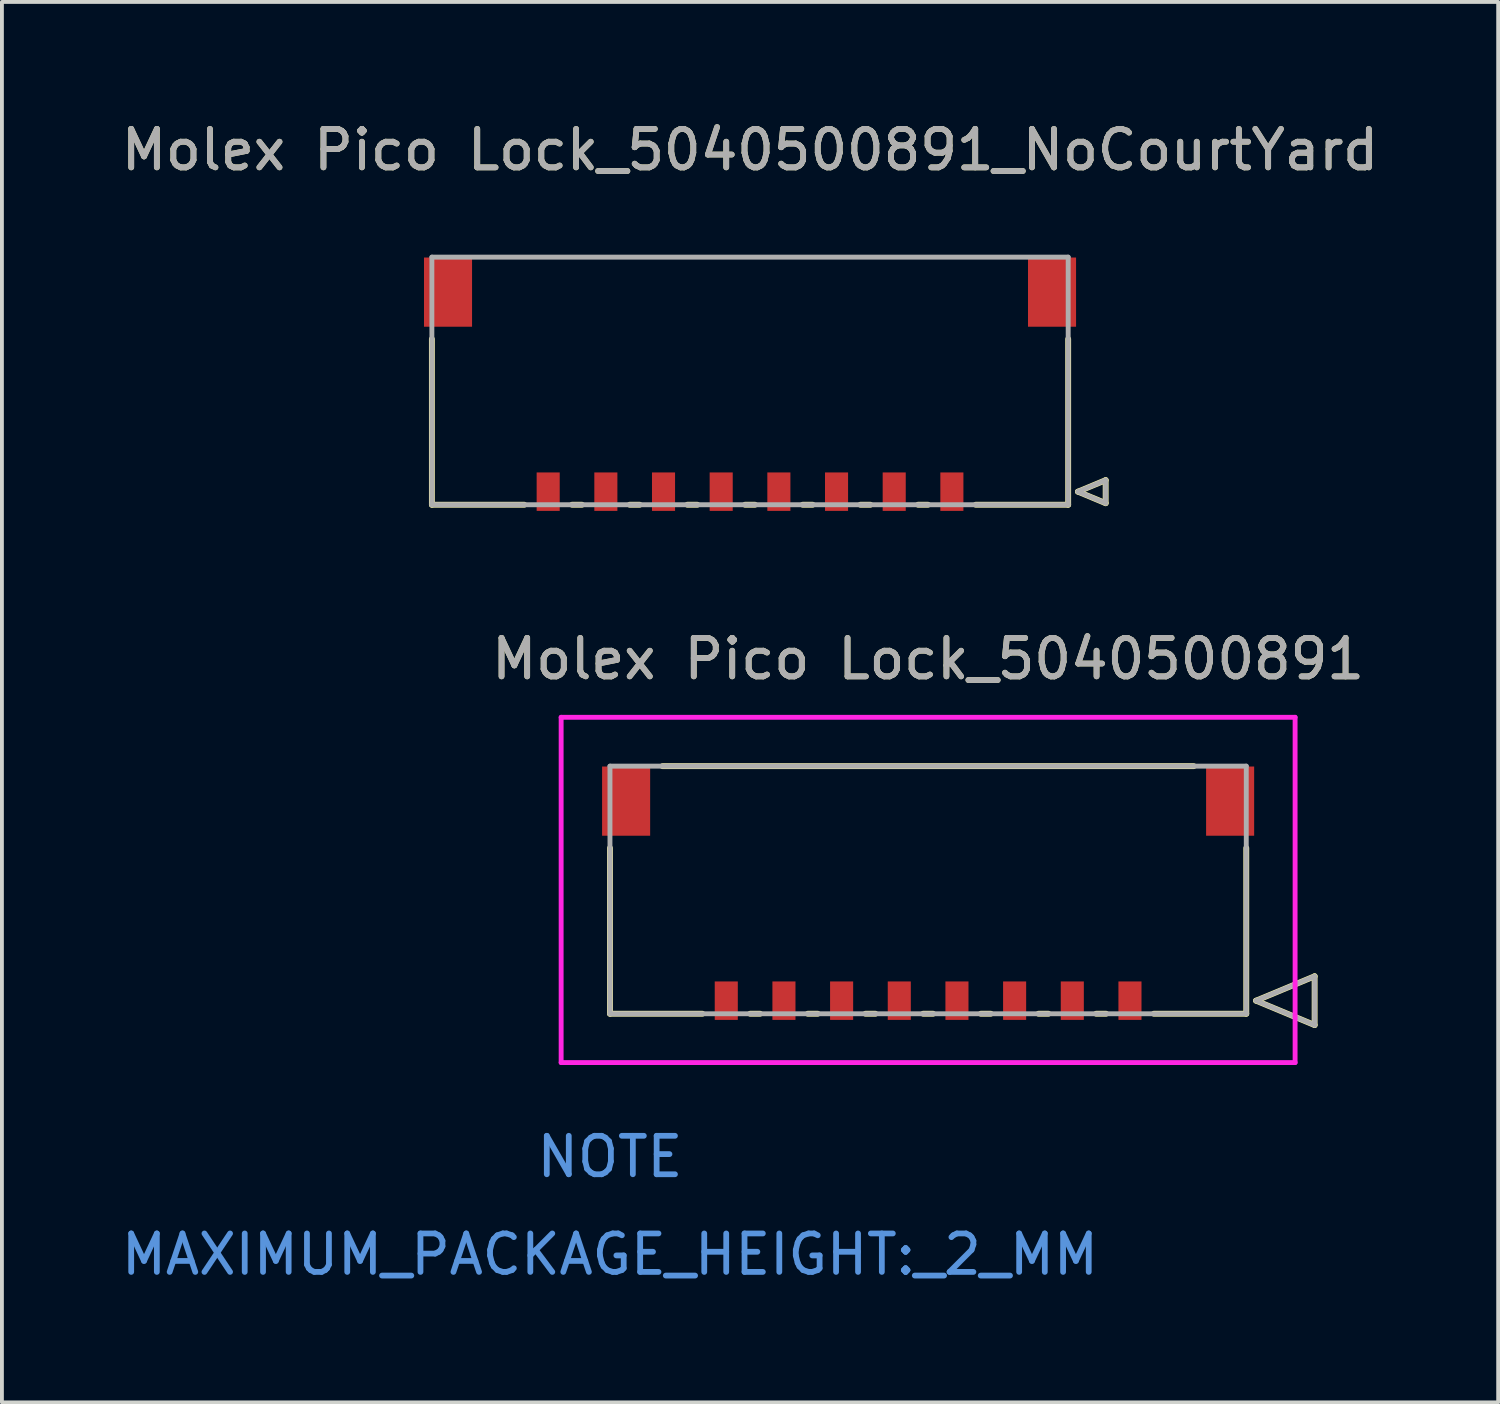
<source format=kicad_pcb>
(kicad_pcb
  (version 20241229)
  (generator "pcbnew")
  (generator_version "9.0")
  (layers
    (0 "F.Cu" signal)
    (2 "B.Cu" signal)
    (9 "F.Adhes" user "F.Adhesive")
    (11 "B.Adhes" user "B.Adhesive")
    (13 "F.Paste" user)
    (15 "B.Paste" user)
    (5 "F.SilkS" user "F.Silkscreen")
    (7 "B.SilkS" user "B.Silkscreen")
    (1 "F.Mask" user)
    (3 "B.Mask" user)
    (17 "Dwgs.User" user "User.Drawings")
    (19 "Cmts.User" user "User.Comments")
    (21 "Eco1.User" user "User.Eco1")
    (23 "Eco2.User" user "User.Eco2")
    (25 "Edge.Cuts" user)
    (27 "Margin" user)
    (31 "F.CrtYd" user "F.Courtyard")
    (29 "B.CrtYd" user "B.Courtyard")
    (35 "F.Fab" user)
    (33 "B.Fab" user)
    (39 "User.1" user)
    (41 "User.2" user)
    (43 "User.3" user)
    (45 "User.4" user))
  (footprint "Molex Pico Lock_5040500891"
    (layer "F.Cu")
    (at 26.34 22.977)
    (property "Reference" "Molex Pico Lock_5040500891" (at -5.25 -8.89 0) (unlocked yes) (layer "F.SilkS") (effects (font (size 1 1) (thickness 0.15))))
    (attr smd)
    (fp_line (start -13.525 -3.97) (end -13.525 0.34) (stroke (width 0.152) (type solid)) (layer "F.SilkS"))
    (fp_line (start -13.525 0.34) (end -11.12 0.34) (stroke (width 0.152) (type solid)) (layer "F.SilkS"))
    (fp_line (start -9.88 0.34) (end -9.62 0.34) (stroke (width 0.152) (type solid)) (layer "F.SilkS"))
    (fp_line (start -8.38 0.34) (end -8.12 0.34) (stroke (width 0.152) (type solid)) (layer "F.SilkS"))
    (fp_line (start -6.88 0.34) (end -6.62 0.34) (stroke (width 0.152) (type solid)) (layer "F.SilkS"))
    (fp_line (start -5.38 0.34) (end -5.12 0.34) (stroke (width 0.152) (type solid)) (layer "F.SilkS"))
    (fp_line (start -3.88 0.34) (end -3.62 0.34) (stroke (width 0.152) (type solid)) (layer "F.SilkS"))
    (fp_line (start -2.38 0.34) (end -2.12 0.34) (stroke (width 0.152) (type solid)) (layer "F.SilkS"))
    (fp_line (start -0.88 0.34) (end -0.62 0.34) (stroke (width 0.152) (type solid)) (layer "F.SilkS"))
    (fp_line (start 0.62 0.34) (end 3.025 0.34) (stroke (width 0.152) (type solid)) (layer "F.SilkS"))
    (fp_line (start 1.66 -6.1) (end -12.16 -6.1) (stroke (width 0.152) (type solid)) (layer "F.SilkS"))
    (fp_line (start 3.025 0.34) (end 3.025 -3.97) (stroke (width 0.152) (type solid)) (layer "F.SilkS"))
    (fp_line (start 3.279 0) (end 4.803 -0.635) (stroke (width 0.152) (type solid)) (layer "F.SilkS"))
    (fp_line (start 4.803 -0.635) (end 4.803 0.635) (stroke (width 0.152) (type solid)) (layer "F.SilkS"))
    (fp_line (start 4.803 0.635) (end 3.279 0) (stroke (width 0.152) (type solid)) (layer "F.SilkS"))
    (fp_line (start -14.795 -7.37) (end -14.795 1.61) (stroke (width 0.127) (type solid)) (layer "F.CrtYd"))
    (fp_line (start -14.795 1.61) (end 4.295 1.61) (stroke (width 0.127) (type solid)) (layer "F.CrtYd"))
    (fp_line (start 4.295 -7.37) (end -14.795 -7.37) (stroke (width 0.127) (type solid)) (layer "F.CrtYd"))
    (fp_line (start 4.295 1.61) (end 4.295 -7.37) (stroke (width 0.127) (type solid)) (layer "F.CrtYd"))
    (fp_line (start -13.525 -6.1) (end -13.525 0.34) (stroke (width 0.127) (type solid)) (layer "F.Fab"))
    (fp_line (start -13.525 0.34) (end 3.025 0.34) (stroke (width 0.127) (type solid)) (layer "F.Fab"))
    (fp_line (start 3.025 -6.1) (end -13.525 -6.1) (stroke (width 0.127) (type solid)) (layer "F.Fab"))
    (fp_line (start 3.025 0.34) (end 3.025 -6.1) (stroke (width 0.127) (type solid)) (layer "F.Fab"))
    (fp_line (start 3.279 0) (end 4.803 -0.635) (stroke (width 0.127) (type solid)) (layer "F.Fab"))
    (fp_line (start 4.803 -0.635) (end 4.803 0.635) (stroke (width 0.127) (type solid)) (layer "F.Fab"))
    (fp_line (start 4.803 0.635) (end 3.279 0) (stroke (width 0.127) (type solid)) (layer "F.Fab"))
    (fp_text user "NOTE" (at -13.525 4.06 0) (unlocked yes) (layer "Cmts.User") (effects (font (size 1 1) (thickness 0.15))))
    (fp_text user "MAXIMUM_PACKAGE_HEIGHT:_2_MM" (at -13.525 6.6 0) (unlocked yes) (layer "Cmts.User") (effects (font (size 1 1) (thickness 0.15))))
    (fp_text user "${REFERENCE}" (at -5.25 -8.89 0) (unlocked yes) (layer "F.Fab") (effects (font (size 1 1) (thickness 0.15))))
    (pad "1" smd rect (at 0 0) (size 0.6 1) (layers "F.Cu" "F.Mask" "F.Paste"))
    (pad "2" smd rect (at -1.5 0) (size 0.6 1) (layers "F.Cu" "F.Mask" "F.Paste"))
    (pad "3" smd rect (at -3 0) (size 0.6 1) (layers "F.Cu" "F.Mask" "F.Paste"))
    (pad "4" smd rect (at -4.5 0) (size 0.6 1) (layers "F.Cu" "F.Mask" "F.Paste"))
    (pad "5" smd rect (at -6 0) (size 0.6 1) (layers "F.Cu" "F.Mask" "F.Paste"))
    (pad "6" smd rect (at -7.5 0) (size 0.6 1) (layers "F.Cu" "F.Mask" "F.Paste"))
    (pad "7" smd rect (at -9 0) (size 0.6 1) (layers "F.Cu" "F.Mask" "F.Paste"))
    (pad "8" smd rect (at -10.5 0) (size 0.6 1) (layers "F.Cu" "F.Mask" "F.Paste"))
    (pad "9" smd rect (at 2.605 -5.19) (size 1.25 1.8) (layers "F.Cu" "F.Mask" "F.Paste"))
    (pad "10" smd rect (at -13.105 -5.19) (size 1.25 1.8) (layers "F.Cu" "F.Mask" "F.Paste")))
  (footprint "Molex Pico Lock_5040500891_NoCourtYard"
    (layer "F.Cu")
    (at 21.708 9.738)
    (property "Reference" "Molex Pico Lock_5040500891_NoCourtYard" (at -5.25 -8.89 0) (unlocked yes) (layer "F.SilkS") (effects (font (size 1 1) (thickness 0.15))))
    (attr smd)
    (fp_line (start -13.525 -3.97) (end -13.525 0.34) (stroke (width 0.152) (type solid)) (layer "F.SilkS"))
    (fp_line (start -13.525 0.34) (end -11.12 0.34) (stroke (width 0.152) (type solid)) (layer "F.SilkS"))
    (fp_line (start -9.88 0.34) (end -9.62 0.34) (stroke (width 0.152) (type solid)) (layer "F.SilkS"))
    (fp_line (start -8.38 0.34) (end -8.12 0.34) (stroke (width 0.152) (type solid)) (layer "F.SilkS"))
    (fp_line (start -6.88 0.34) (end -6.62 0.34) (stroke (width 0.152) (type solid)) (layer "F.SilkS"))
    (fp_line (start -5.38 0.34) (end -5.12 0.34) (stroke (width 0.152) (type solid)) (layer "F.SilkS"))
    (fp_line (start -3.88 0.34) (end -3.62 0.34) (stroke (width 0.152) (type solid)) (layer "F.SilkS"))
    (fp_line (start -2.38 0.34) (end -2.12 0.34) (stroke (width 0.152) (type solid)) (layer "F.SilkS"))
    (fp_line (start -0.88 0.34) (end -0.62 0.34) (stroke (width 0.152) (type solid)) (layer "F.SilkS"))
    (fp_line (start 0.62 0.34) (end 3.025 0.34) (stroke (width 0.152) (type solid)) (layer "F.SilkS"))
    (fp_line (start 3.025 0.34) (end 3.025 -3.97) (stroke (width 0.152) (type solid)) (layer "F.SilkS"))
    (fp_line (start 3.279 0) (end 4 -0.3) (stroke (width 0.152) (type solid)) (layer "F.SilkS"))
    (fp_line (start 4 -0.3) (end 4 0.3) (stroke (width 0.152) (type solid)) (layer "F.SilkS"))
    (fp_line (start 4 0.3) (end 3.279 0) (stroke (width 0.152) (type solid)) (layer "F.SilkS"))
    (fp_line (start -13.525 -6.1) (end -13.525 0.34) (stroke (width 0.127) (type solid)) (layer "F.Fab"))
    (fp_line (start -13.525 0.34) (end 3.025 0.34) (stroke (width 0.127) (type solid)) (layer "F.Fab"))
    (fp_line (start 3.025 -6.1) (end -13.525 -6.1) (stroke (width 0.127) (type solid)) (layer "F.Fab"))
    (fp_line (start 3.025 0.34) (end 3.025 -6.1) (stroke (width 0.127) (type solid)) (layer "F.Fab"))
    (fp_line (start 3.279 0) (end 4 -0.3) (stroke (width 0.127) (type solid)) (layer "F.Fab"))
    (fp_line (start 4 -0.3) (end 4 0.3) (stroke (width 0.127) (type solid)) (layer "F.Fab"))
    (fp_line (start 4 0.3) (end 3.279 0) (stroke (width 0.127) (type solid)) (layer "F.Fab"))
    (fp_text user "${REFERENCE}" (at -5.25 -8.89 0) (unlocked yes) (layer "F.Fab") (effects (font (size 1 1) (thickness 0.15))))
    (pad "1" smd rect (at 0 0) (size 0.6 1) (layers "F.Cu" "F.Mask" "F.Paste"))
    (pad "2" smd rect (at -1.5 0) (size 0.6 1) (layers "F.Cu" "F.Mask" "F.Paste"))
    (pad "3" smd rect (at -3 0) (size 0.6 1) (layers "F.Cu" "F.Mask" "F.Paste"))
    (pad "4" smd rect (at -4.5 0) (size 0.6 1) (layers "F.Cu" "F.Mask" "F.Paste"))
    (pad "5" smd rect (at -6 0) (size 0.6 1) (layers "F.Cu" "F.Mask" "F.Paste"))
    (pad "6" smd rect (at -7.5 0) (size 0.6 1) (layers "F.Cu" "F.Mask" "F.Paste"))
    (pad "7" smd rect (at -9 0) (size 0.6 1) (layers "F.Cu" "F.Mask" "F.Paste"))
    (pad "8" smd rect (at -10.5 0) (size 0.6 1) (layers "F.Cu" "F.Mask" "F.Paste"))
    (pad "9" smd rect (at 2.605 -5.19) (size 1.25 1.8) (layers "F.Cu" "F.Mask" "F.Paste"))
    (pad "10" smd rect (at -13.105 -5.19) (size 1.25 1.8) (layers "F.Cu" "F.Mask" "F.Paste")))
  (gr_rect
    (start -3 -3)
    (end 35.917 33.425)
    (stroke (width 0.1) (type default))
    (fill no)
    (layer "Edge.Cuts")))
</source>
